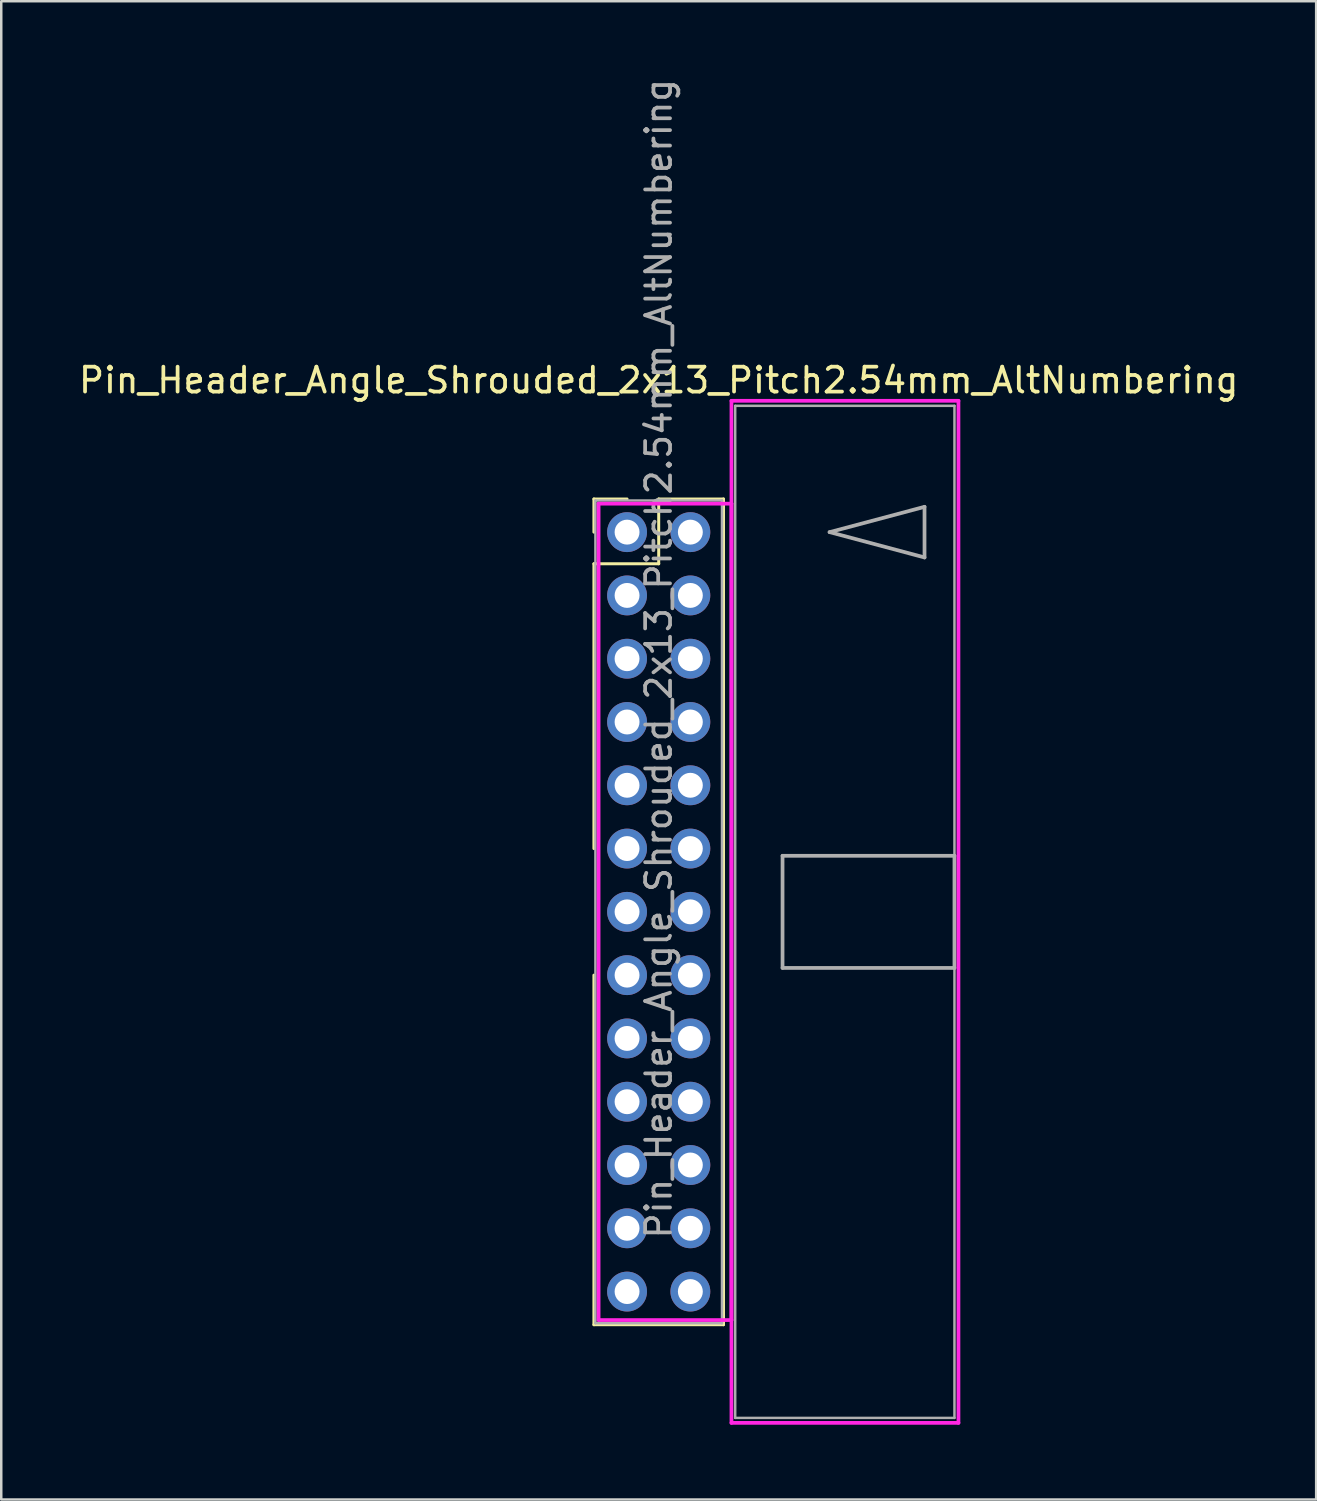
<source format=kicad_pcb>
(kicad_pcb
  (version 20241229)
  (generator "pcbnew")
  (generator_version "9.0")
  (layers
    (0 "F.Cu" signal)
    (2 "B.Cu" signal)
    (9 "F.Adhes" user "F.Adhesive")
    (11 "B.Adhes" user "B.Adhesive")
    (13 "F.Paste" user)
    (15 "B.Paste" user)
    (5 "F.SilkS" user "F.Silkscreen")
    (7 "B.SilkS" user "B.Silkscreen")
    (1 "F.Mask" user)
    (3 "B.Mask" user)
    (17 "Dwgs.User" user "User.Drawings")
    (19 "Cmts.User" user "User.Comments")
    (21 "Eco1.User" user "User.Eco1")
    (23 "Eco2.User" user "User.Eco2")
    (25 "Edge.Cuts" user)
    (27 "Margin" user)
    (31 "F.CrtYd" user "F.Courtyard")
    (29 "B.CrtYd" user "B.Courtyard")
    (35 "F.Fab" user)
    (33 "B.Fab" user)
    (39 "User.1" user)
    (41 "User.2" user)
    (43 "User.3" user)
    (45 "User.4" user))
  (footprint "Pin_Header_Angle_Shrouded_2x13_Pitch2.54mm_AltNumbering"
    (layer "F.Cu")
    (at 22.117 18.307)
    (property "Reference" "Pin_Header_Angle_Shrouded_2x13_Pitch2.54mm_AltNumbering" (at 1.27 -6.096 0) (layer "F.SilkS") (effects (font (size 1 1) (thickness 0.15))))
    (attr through_hole)
    (fp_line (start -1.33 -1.33) (end 0 -1.33) (stroke (width 0.12) (type solid)) (layer "F.SilkS"))
    (fp_line (start -1.33 0) (end -1.33 -1.33) (stroke (width 0.12) (type solid)) (layer "F.SilkS"))
    (fp_line (start -1.33 1.27) (end -1.33 12.7) (stroke (width 0.12) (type solid)) (layer "F.SilkS"))
    (fp_line (start -1.33 1.27) (end 1.27 1.27) (stroke (width 0.12) (type solid)) (layer "F.SilkS"))
    (fp_line (start -1.33 17.78) (end -1.33 31.81) (stroke (width 0.12) (type solid)) (layer "F.SilkS"))
    (fp_line (start -1.33 31.81) (end 3.87 31.81) (stroke (width 0.12) (type solid)) (layer "F.SilkS"))
    (fp_line (start 1.27 -1.33) (end 3.87 -1.33) (stroke (width 0.12) (type solid)) (layer "F.SilkS"))
    (fp_line (start 1.27 1.27) (end 1.27 -1.33) (stroke (width 0.12) (type solid)) (layer "F.SilkS"))
    (fp_line (start 3.87 -1.33) (end 3.87 31.81) (stroke (width 0.12) (type solid)) (layer "F.SilkS"))
    (fp_line (start -1.143 -1.143) (end -1.143 31.623) (stroke (width 0.15) (type solid)) (layer "F.CrtYd"))
    (fp_line (start -1.143 31.623) (end 4.19 31.623) (stroke (width 0.15) (type solid)) (layer "F.CrtYd"))
    (fp_line (start 4.19 -5.27) (end 4.19 35.75) (stroke (width 0.15) (type solid)) (layer "F.CrtYd"))
    (fp_line (start 4.19 -1.143) (end -1.143 -1.143) (stroke (width 0.15) (type solid)) (layer "F.CrtYd"))
    (fp_line (start 4.19 31.623) (end 4.19 -1.143) (stroke (width 0.15) (type solid)) (layer "F.CrtYd"))
    (fp_line (start 4.19 35.75) (end 13.3 35.75) (stroke (width 0.15) (type solid)) (layer "F.CrtYd"))
    (fp_line (start 13.3 -5.27) (end 4.19 -5.27) (stroke (width 0.15) (type solid)) (layer "F.CrtYd"))
    (fp_line (start 13.3 35.75) (end 13.3 -5.27) (stroke (width 0.15) (type solid)) (layer "F.CrtYd"))
    (fp_line (start -1.27 -1.27) (end -1.27 31.75) (stroke (width 0.1) (type solid)) (layer "F.Fab"))
    (fp_line (start -1.27 31.75) (end 3.81 31.75) (stroke (width 0.1) (type solid)) (layer "F.Fab"))
    (fp_line (start 3.81 -1.27) (end -1.27 -1.27) (stroke (width 0.1) (type solid)) (layer "F.Fab"))
    (fp_line (start 3.81 31.75) (end 3.81 -1.27) (stroke (width 0.1) (type solid)) (layer "F.Fab"))
    (fp_line (start 4.34 -5.07) (end 4.34 35.55) (stroke (width 0.1) (type solid)) (layer "F.Fab"))
    (fp_line (start 4.34 35.55) (end 13.14 35.55) (stroke (width 0.1) (type solid)) (layer "F.Fab"))
    (fp_line (start 6.24 12.99) (end 6.24 17.49) (stroke (width 0.15) (type solid)) (layer "F.Fab"))
    (fp_line (start 6.24 17.49) (end 13.14 17.49) (stroke (width 0.15) (type solid)) (layer "F.Fab"))
    (fp_line (start 8.128 0) (end 11.938 -1.016) (stroke (width 0.15) (type solid)) (layer "F.Fab"))
    (fp_line (start 11.938 -1.016) (end 11.938 1.016) (stroke (width 0.15) (type solid)) (layer "F.Fab"))
    (fp_line (start 11.938 1.016) (end 8.128 0) (stroke (width 0.15) (type solid)) (layer "F.Fab"))
    (fp_line (start 13.14 -5.07) (end 4.34 -5.07) (stroke (width 0.1) (type solid)) (layer "F.Fab"))
    (fp_line (start 13.14 12.99) (end 6.24 12.99) (stroke (width 0.15) (type solid)) (layer "F.Fab"))
    (fp_line (start 13.14 17.49) (end 13.14 12.99) (stroke (width 0.15) (type solid)) (layer "F.Fab"))
    (fp_line (start 13.14 35.55) (end 13.14 -5.07) (stroke (width 0.1) (type solid)) (layer "F.Fab"))
    (fp_text user "${REFERENCE}" (at 1.27 5.08 90) (layer "F.Fab") (effects (font (size 1 1) (thickness 0.15))))
    (pad "1" thru_hole oval (at 0 0) (size 1.6 1.6) (drill 1) (layers "*.Cu" "*.Mask"))
    (pad "2" thru_hole oval (at 0 2.54) (size 1.6 1.6) (drill 1) (layers "*.Cu" "*.Mask"))
    (pad "3" thru_hole oval (at 0 5.08) (size 1.6 1.6) (drill 1) (layers "*.Cu" "*.Mask"))
    (pad "4" thru_hole oval (at 0 7.62) (size 1.6 1.6) (drill 1) (layers "*.Cu" "*.Mask"))
    (pad "5" thru_hole oval (at 0 10.16) (size 1.6 1.6) (drill 1) (layers "*.Cu" "*.Mask"))
    (pad "6" thru_hole oval (at 0 12.7) (size 1.6 1.6) (drill 1) (layers "*.Cu" "*.Mask"))
    (pad "7" thru_hole oval (at 0 15.24) (size 1.6 1.6) (drill 1) (layers "*.Cu" "*.Mask"))
    (pad "8" thru_hole oval (at 0 17.78) (size 1.6 1.6) (drill 1) (layers "*.Cu" "*.Mask"))
    (pad "9" thru_hole oval (at 0 20.32) (size 1.6 1.6) (drill 1) (layers "*.Cu" "*.Mask"))
    (pad "10" thru_hole oval (at 0 22.86) (size 1.6 1.6) (drill 1) (layers "*.Cu" "*.Mask"))
    (pad "11" thru_hole oval (at 0 25.4) (size 1.6 1.6) (drill 1) (layers "*.Cu" "*.Mask"))
    (pad "12" thru_hole oval (at 0 27.94) (size 1.6 1.6) (drill 1) (layers "*.Cu" "*.Mask"))
    (pad "13" thru_hole oval (at 0 30.48) (size 1.6 1.6) (drill 1) (layers "*.Cu" "*.Mask"))
    (pad "14" thru_hole oval (at 2.54 0) (size 1.6 1.6) (drill 1) (layers "*.Cu" "*.Mask"))
    (pad "15" thru_hole oval (at 2.54 2.54) (size 1.6 1.6) (drill 1) (layers "*.Cu" "*.Mask"))
    (pad "16" thru_hole oval (at 2.54 5.08) (size 1.6 1.6) (drill 1) (layers "*.Cu" "*.Mask"))
    (pad "17" thru_hole oval (at 2.54 7.62) (size 1.6 1.6) (drill 1) (layers "*.Cu" "*.Mask"))
    (pad "18" thru_hole oval (at 2.54 10.16) (size 1.6 1.6) (drill 1) (layers "*.Cu" "*.Mask"))
    (pad "19" thru_hole oval (at 2.54 12.7) (size 1.6 1.6) (drill 1) (layers "*.Cu" "*.Mask"))
    (pad "20" thru_hole oval (at 2.54 15.24) (size 1.6 1.6) (drill 1) (layers "*.Cu" "*.Mask"))
    (pad "21" thru_hole oval (at 2.54 17.78) (size 1.6 1.6) (drill 1) (layers "*.Cu" "*.Mask"))
    (pad "22" thru_hole oval (at 2.54 20.32) (size 1.6 1.6) (drill 1) (layers "*.Cu" "*.Mask"))
    (pad "23" thru_hole oval (at 2.54 22.86) (size 1.6 1.6) (drill 1) (layers "*.Cu" "*.Mask"))
    (pad "24" thru_hole oval (at 2.54 25.4) (size 1.6 1.6) (drill 1) (layers "*.Cu" "*.Mask"))
    (pad "25" thru_hole oval (at 2.54 27.94) (size 1.6 1.6) (drill 1) (layers "*.Cu" "*.Mask"))
    (pad "26" thru_hole oval (at 2.54 30.48) (size 1.6 1.6) (drill 1) (layers "*.Cu" "*.Mask")))
  (gr_rect
    (start -3 -3)
    (end 49.774 57.132)
    (stroke (width 0.1) (type default))
    (fill no)
    (layer "Edge.Cuts")))
</source>
